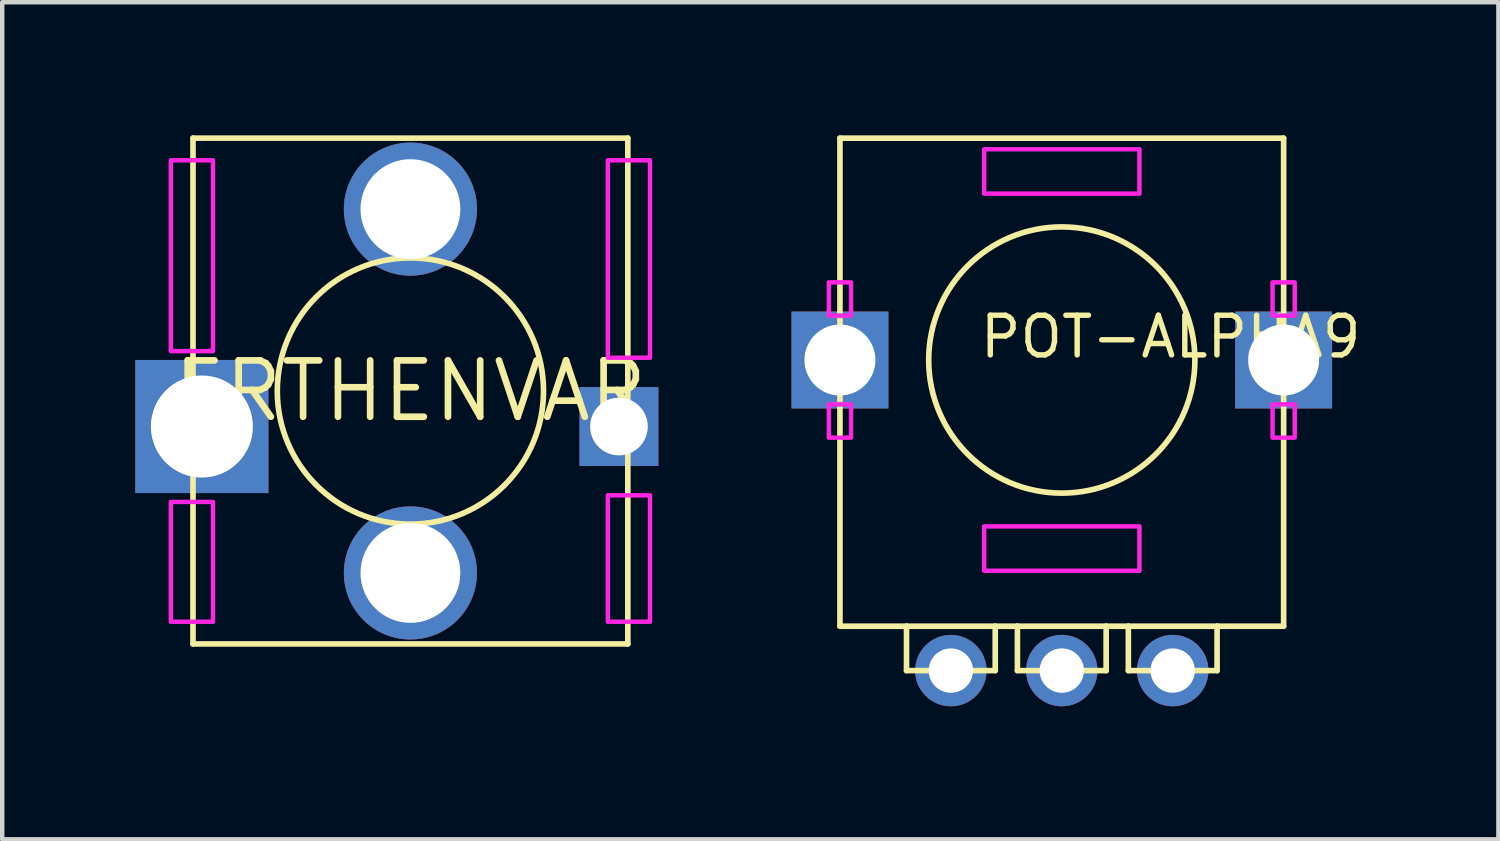
<source format=kicad_pcb>
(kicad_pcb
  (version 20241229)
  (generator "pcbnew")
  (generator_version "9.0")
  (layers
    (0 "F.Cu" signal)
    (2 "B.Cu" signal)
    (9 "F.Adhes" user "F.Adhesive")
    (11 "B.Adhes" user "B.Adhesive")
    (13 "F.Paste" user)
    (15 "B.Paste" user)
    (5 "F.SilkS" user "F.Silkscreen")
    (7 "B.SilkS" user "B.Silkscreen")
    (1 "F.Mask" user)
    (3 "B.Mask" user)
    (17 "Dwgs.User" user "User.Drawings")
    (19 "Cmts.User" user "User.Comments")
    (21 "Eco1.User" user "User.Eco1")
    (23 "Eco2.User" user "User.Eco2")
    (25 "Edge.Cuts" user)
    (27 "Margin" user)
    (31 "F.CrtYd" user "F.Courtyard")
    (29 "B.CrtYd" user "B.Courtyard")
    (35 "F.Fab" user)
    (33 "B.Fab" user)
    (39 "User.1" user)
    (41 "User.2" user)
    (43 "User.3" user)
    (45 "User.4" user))
  (footprint "ERTHENVAR"
    (layer "F.Cu")
    (at 6.2 5.763)
    (property "Reference" "ERTHENVAR" (at 0 0 0) (layer "F.SilkS") (effects (font (size 1.27 1.27) (thickness 0.15))))
    (fp_line (start -4.9 -5.7) (end -4.9 5.7) (stroke (width 0.127) (type solid)) (layer "F.SilkS"))
    (fp_line (start -4.9 5.7) (end 4.9 5.7) (stroke (width 0.127) (type solid)) (layer "F.SilkS"))
    (fp_line (start 4.9 -5.7) (end -4.9 -5.7) (stroke (width 0.127) (type solid)) (layer "F.SilkS"))
    (fp_line (start 4.9 5.7) (end 4.9 -5.7) (stroke (width 0.127) (type solid)) (layer "F.SilkS"))
    (fp_circle (center 0 0) (end 3 0) (stroke (width 0.127) (type solid)) (fill no) (layer "F.SilkS"))
    (fp_poly (pts (xy -5.4 -0.9) (xy -4.45 -0.9) (xy -4.45 -5.2) (xy -5.4 -5.2)) (stroke (width 0.1) (type default)) (fill no) (layer "F.CrtYd"))
    (fp_poly (pts (xy -5.4 5.2) (xy -4.45 5.2) (xy -4.45 2.5) (xy -5.4 2.5)) (stroke (width 0.1) (type default)) (fill no) (layer "F.CrtYd"))
    (fp_poly (pts (xy 4.45 -0.75) (xy 5.4 -0.75) (xy 5.4 -5.2) (xy 4.45 -5.2)) (stroke (width 0.1) (type default)) (fill no) (layer "F.CrtYd"))
    (fp_poly (pts (xy 4.45 5.2) (xy 5.4 5.2) (xy 5.4 2.35) (xy 4.45 2.35)) (stroke (width 0.1) (type default)) (fill no) (layer "F.CrtYd"))
    (pad "RING1" thru_hole rect (at -4.7 0.8) (size 3 3) (drill 2.3) (layers "*.Cu" "*.Mask"))
    (pad "RING2" thru_hole rect (at 4.7 0.8) (size 1.778 1.778) (drill 1.3) (layers "*.Cu" "*.Mask"))
    (pad "SHUNT" thru_hole circle (at 0 4.1) (size 3 3) (drill 2.25) (layers "*.Cu" "*.Mask"))
    (pad "TIP" thru_hole circle (at 0 -4.1) (size 3 3) (drill 2.25) (layers "*.Cu" "*.Mask")))
  (footprint "POT-ALPHA9"
    (layer "F.Cu")
    (at 20.881 5.064)
    (property "Reference" "POT-ALPHA9" (at -1.905 0 0) (unlocked yes) (layer "F.SilkS") (effects (font (size 0.894 0.894) (thickness 0.122)) (justify left bottom)))
    (fp_line (start -5 -5) (end 5 -5) (stroke (width 0.127) (type solid)) (layer "F.SilkS"))
    (fp_line (start -5 6) (end -5 -5) (stroke (width 0.127) (type solid)) (layer "F.SilkS"))
    (fp_line (start -3.5 6) (end -5 6) (stroke (width 0.127) (type solid)) (layer "F.SilkS"))
    (fp_line (start -3.5 7) (end -3.5 6) (stroke (width 0.127) (type solid)) (layer "F.SilkS"))
    (fp_line (start -1.5 6) (end -3.5 6) (stroke (width 0.127) (type solid)) (layer "F.SilkS"))
    (fp_line (start -1.5 7) (end -3.5 7) (stroke (width 0.127) (type solid)) (layer "F.SilkS"))
    (fp_line (start -1.5 7) (end -1.5 6) (stroke (width 0.127) (type solid)) (layer "F.SilkS"))
    (fp_line (start -1 6) (end -1.5 6) (stroke (width 0.127) (type solid)) (layer "F.SilkS"))
    (fp_line (start -1 7) (end -1 6) (stroke (width 0.127) (type solid)) (layer "F.SilkS"))
    (fp_line (start -1 7) (end 1 7) (stroke (width 0.127) (type solid)) (layer "F.SilkS"))
    (fp_line (start 1 6) (end -1 6) (stroke (width 0.127) (type solid)) (layer "F.SilkS"))
    (fp_line (start 1 7) (end 1 6) (stroke (width 0.127) (type solid)) (layer "F.SilkS"))
    (fp_line (start 1.5 6) (end 1 6) (stroke (width 0.127) (type solid)) (layer "F.SilkS"))
    (fp_line (start 1.5 7) (end 1.5 6) (stroke (width 0.127) (type solid)) (layer "F.SilkS"))
    (fp_line (start 1.5 7) (end 3.5 7) (stroke (width 0.127) (type solid)) (layer "F.SilkS"))
    (fp_line (start 3.5 6) (end 1.5 6) (stroke (width 0.127) (type solid)) (layer "F.SilkS"))
    (fp_line (start 3.5 7) (end 3.5 6) (stroke (width 0.127) (type solid)) (layer "F.SilkS"))
    (fp_line (start 5 -5) (end 5 6) (stroke (width 0.127) (type solid)) (layer "F.SilkS"))
    (fp_line (start 5 6) (end 3.5 6) (stroke (width 0.127) (type solid)) (layer "F.SilkS"))
    (fp_circle (center 0 0) (end 3 0) (stroke (width 0.127) (type solid)) (fill no) (layer "F.SilkS"))
    (fp_poly (pts (xy -5.25 -1) (xy -4.75 -1) (xy -4.75 -1.75) (xy -5.25 -1.75)) (stroke (width 0.1) (type default)) (fill no) (layer "F.CrtYd"))
    (fp_poly (pts (xy -5.25 1.75) (xy -4.75 1.75) (xy -4.75 1) (xy -5.25 1)) (stroke (width 0.1) (type default)) (fill no) (layer "F.CrtYd"))
    (fp_poly (pts (xy -1.75 -3.75) (xy 1.75 -3.75) (xy 1.75 -4.75) (xy -1.75 -4.75)) (stroke (width 0.1) (type default)) (fill no) (layer "F.CrtYd"))
    (fp_poly (pts (xy -1.75 4.75) (xy 1.75 4.75) (xy 1.75 3.75) (xy -1.75 3.75)) (stroke (width 0.1) (type default)) (fill no) (layer "F.CrtYd"))
    (fp_poly (pts (xy 4.75 -1) (xy 5.25 -1) (xy 5.25 -1.75) (xy 4.75 -1.75)) (stroke (width 0.1) (type default)) (fill no) (layer "F.CrtYd"))
    (fp_poly (pts (xy 4.75 1.75) (xy 5.25 1.75) (xy 5.25 1) (xy 4.75 1)) (stroke (width 0.1) (type default)) (fill no) (layer "F.CrtYd"))
    (pad "GND$1" thru_hole rect (at -5 0 90) (size 2.184 2.184) (drill 1.6) (layers "*.Cu" "*.Mask"))
    (pad "GND$2" thru_hole rect (at 5 0) (size 2.184 2.184) (drill 1.6) (layers "*.Cu" "*.Mask"))
    (pad "LEFT" thru_hole circle (at -2.5 7) (size 1.61 1.61) (drill 1) (layers "*.Cu" "*.Mask"))
    (pad "MID" thru_hole circle (at 0 7) (size 1.61 1.61) (drill 1) (layers "*.Cu" "*.Mask"))
    (pad "RIGHT" thru_hole circle (at 2.5 7) (size 1.61 1.61) (drill 1) (layers "*.Cu" "*.Mask")))
  (gr_rect
    (start -3 -3)
    (end 30.721 15.868)
    (stroke (width 0.1) (type default))
    (fill no)
    (layer "Edge.Cuts")))
</source>
